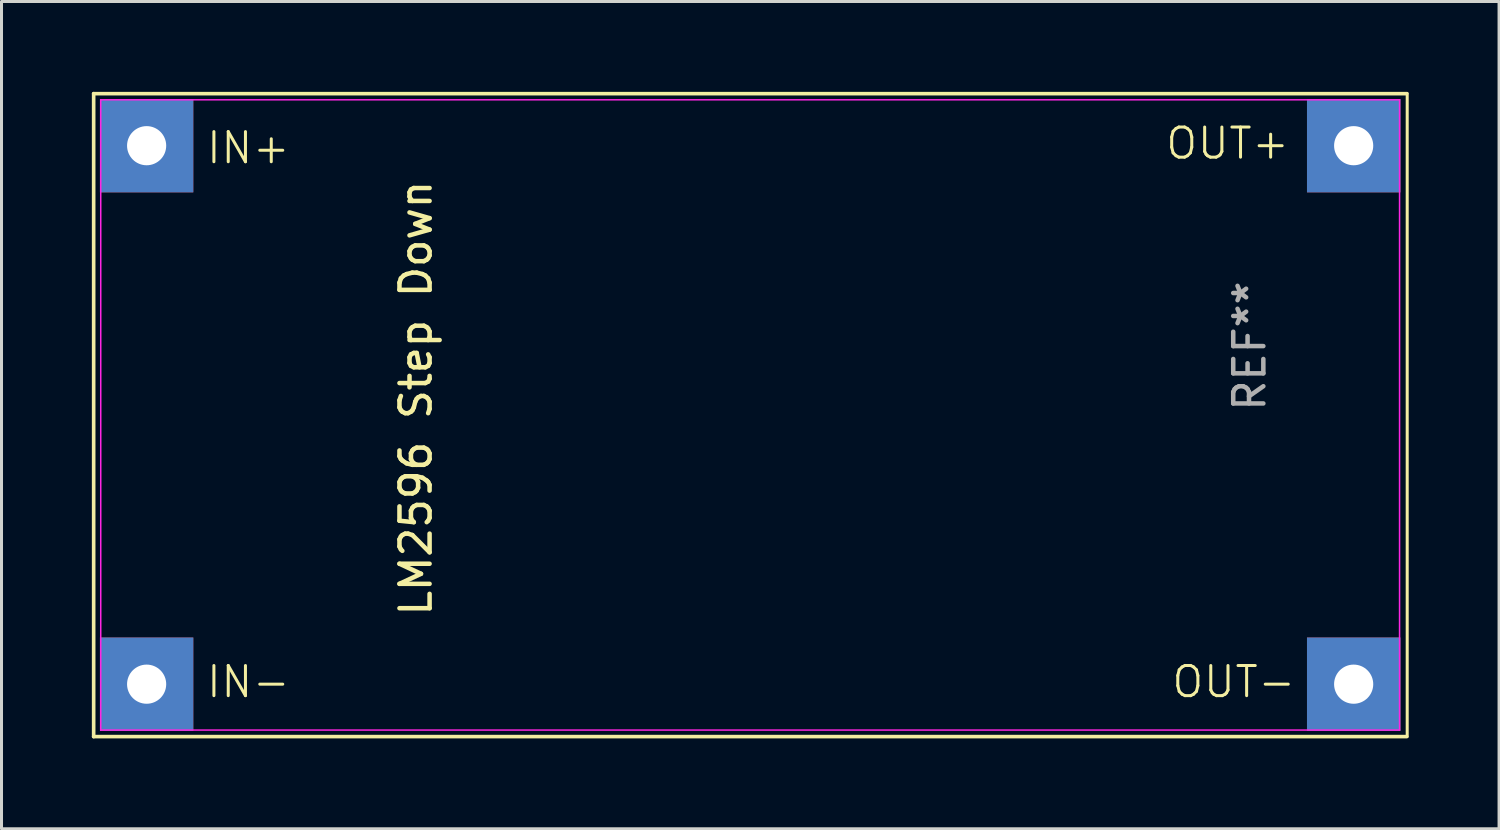
<source format=kicad_pcb>
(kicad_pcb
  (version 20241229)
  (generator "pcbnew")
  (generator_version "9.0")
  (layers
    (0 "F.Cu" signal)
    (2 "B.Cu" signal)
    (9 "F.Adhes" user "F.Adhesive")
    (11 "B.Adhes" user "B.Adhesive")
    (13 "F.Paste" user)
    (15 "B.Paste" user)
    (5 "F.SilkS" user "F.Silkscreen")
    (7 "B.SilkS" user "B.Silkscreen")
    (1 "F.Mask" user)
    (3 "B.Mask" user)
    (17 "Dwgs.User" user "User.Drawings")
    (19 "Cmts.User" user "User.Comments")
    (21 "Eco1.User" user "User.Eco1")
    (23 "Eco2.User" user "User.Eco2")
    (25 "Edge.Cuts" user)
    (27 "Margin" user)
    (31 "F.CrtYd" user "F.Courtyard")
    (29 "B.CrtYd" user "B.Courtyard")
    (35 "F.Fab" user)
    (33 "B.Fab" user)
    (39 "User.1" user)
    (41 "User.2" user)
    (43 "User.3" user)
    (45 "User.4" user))
  (footprint "LM2596 Step Down"
    (layer "F.Cu")
    (at 21.58 10.576)
    (property "Reference" "LM2596 Step Down" (at -10.82 -0.406 90) (layer "F.SilkS") (effects (font (size 1 1) (thickness 0.15))))
    (attr through_hole)
    (fp_line (start -21.52 -10.516) (end -21.52 10.834) (stroke (width 0.12) (type solid)) (layer "F.SilkS"))
    (fp_line (start -21.52 10.834) (end 22.08 10.834) (stroke (width 0.12) (type solid)) (layer "F.SilkS"))
    (fp_line (start 22.08 -10.516) (end -21.52 -10.516) (stroke (width 0.12) (type solid)) (layer "F.SilkS"))
    (fp_line (start 22.098 10.834) (end 22.098 -10.523) (stroke (width 0.1) (type default)) (layer "F.SilkS"))
    (fp_line (start -21.285 -10.312) (end 21.844 -10.312) (stroke (width 0.05) (type solid)) (layer "F.CrtYd"))
    (fp_line (start -21.285 10.617) (end -21.285 -10.312) (stroke (width 0.05) (type solid)) (layer "F.CrtYd"))
    (fp_line (start 21.844 -10.312) (end 21.844 10.617) (stroke (width 0.05) (type solid)) (layer "F.CrtYd"))
    (fp_line (start 21.844 10.617) (end -21.285 10.617) (stroke (width 0.05) (type solid)) (layer "F.CrtYd"))
    (fp_text user "IN+" (at -17.831 -8.128 0) (unlocked yes) (layer "F.SilkS") (effects (font (size 1 1) (thickness 0.1)) (justify left bottom)))
    (fp_text user "OUT+" (at 14.021 -8.28 0) (unlocked yes) (layer "F.SilkS") (effects (font (size 1 1) (thickness 0.1)) (justify left bottom)))
    (fp_text user "IN-" (at -17.831 9.601 0) (unlocked yes) (layer "F.SilkS") (effects (font (size 1 1) (thickness 0.1)) (justify left bottom)))
    (fp_text user "OUT-" (at 14.224 9.601 0) (unlocked yes) (layer "F.SilkS") (effects (font (size 1 1) (thickness 0.1)) (justify left bottom)))
    (fp_text user "REF**" (at 16.866 -2.134 90) (layer "F.Fab") (effects (font (size 1 1) (thickness 0.15))))
    (pad "1" thru_hole rect (at -19.761 -8.788) (size 3.1 3.1) (drill 1.3) (layers "*.Cu" "*.Mask"))
    (pad "2" thru_hole rect (at -19.761 9.093) (size 3.1 3.1) (drill 1.3) (layers "*.Cu" "*.Mask"))
    (pad "3" thru_hole rect (at 20.32 -8.788) (size 3.1 3.1) (drill 1.3) (layers "*.Cu" "*.Mask"))
    (pad "4" thru_hole rect (at 20.32 9.093) (size 3.1 3.1) (drill 1.3) (layers "*.Cu" "*.Mask")))
  (gr_rect
    (start -3 -3)
    (end 46.728 24.47)
    (stroke (width 0.1) (type default))
    (fill no)
    (layer "Edge.Cuts")))
</source>
